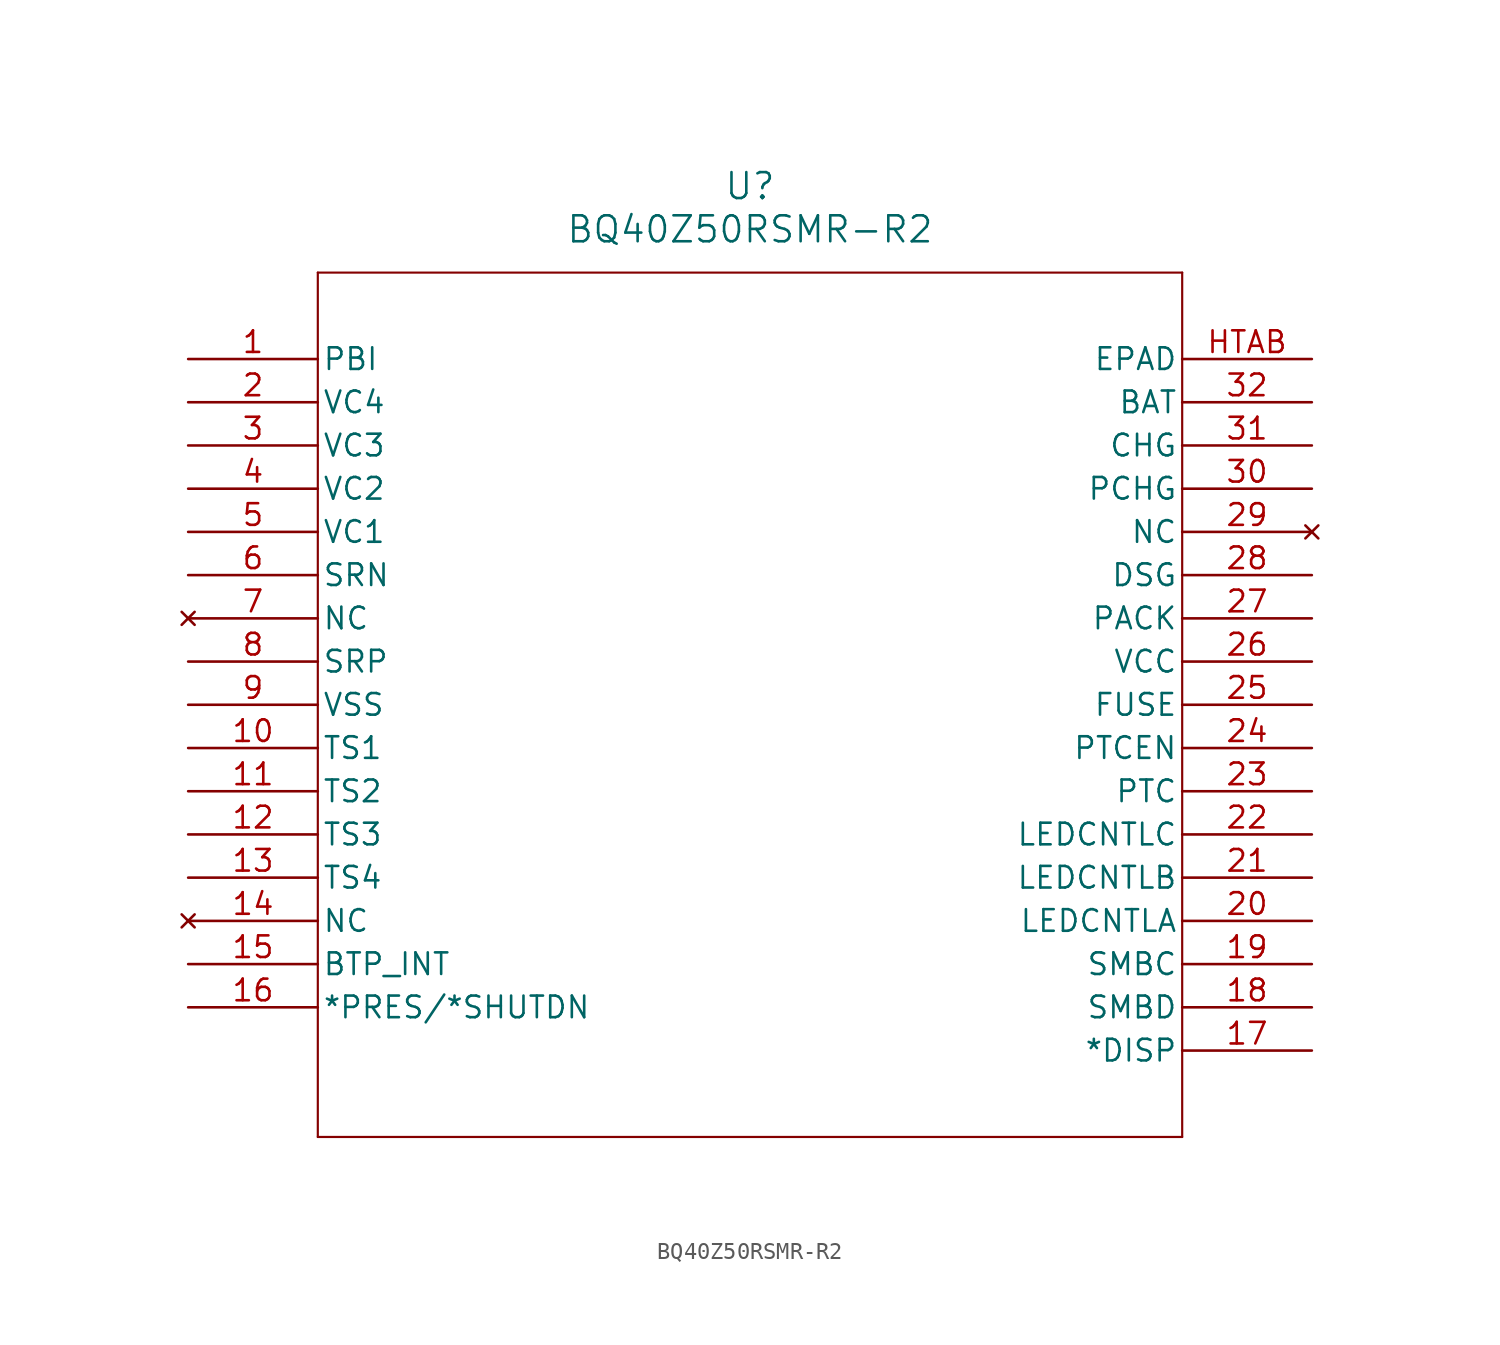
<source format=kicad_sym>
(kicad_symbol_lib
  (version 20211014)
  (generator kicad_symbol_editor)
  (symbol "BQ40Z50RSMR-R2"
    (pin_names
      (offset 0.254))
    (property "Reference" "U"
      (at 33.02 10.16 0)
      (effects (font (size 1.524 1.524))))
    (property "Value" "BQ40Z50RSMR-R2"
      (at 33.02 7.62 0)
      (effects (font (size 1.524 1.524))))
    (symbol "BQ40Z50RSMR-R2_0_1"
      (polyline (pts (xy 7.62 5.08) (xy 7.62 -45.72)) (stroke (width 0.127) (type default) (color 0 0 0 0)) (fill (type none)))
      (polyline (pts (xy 7.62 -45.72) (xy 58.42 -45.72)) (stroke (width 0.127) (type default) (color 0 0 0 0)) (fill (type none)))
      (polyline (pts (xy 58.42 -45.72) (xy 58.42 5.08)) (stroke (width 0.127) (type default) (color 0 0 0 0)) (fill (type none)))
      (polyline (pts (xy 58.42 5.08) (xy 7.62 5.08)) (stroke (width 0.127) (type default) (color 0 0 0 0)) (fill (type none)))
      (pin power_in line (at 0 0 0) (length 7.62) (name "PBI" (effects (font (size 1.27 1.27)))) (number "1" (effects (font (size 1.27 1.27)))))
      (pin input line (at 0 -2.54 0) (length 7.62) (name "VC4" (effects (font (size 1.27 1.27)))) (number "2" (effects (font (size 1.27 1.27)))))
      (pin input line (at 0 -5.08 0) (length 7.62) (name "VC3" (effects (font (size 1.27 1.27)))) (number "3" (effects (font (size 1.27 1.27)))))
      (pin input line (at 0 -7.62 0) (length 7.62) (name "VC2" (effects (font (size 1.27 1.27)))) (number "4" (effects (font (size 1.27 1.27)))))
      (pin input line (at 0 -10.16 0) (length 7.62) (name "VC1" (effects (font (size 1.27 1.27)))) (number "5" (effects (font (size 1.27 1.27)))))
      (pin input line (at 0 -12.7 0) (length 7.62) (name "SRN" (effects (font (size 1.27 1.27)))) (number "6" (effects (font (size 1.27 1.27)))))
      (pin no_connect line (at 0 -15.24 0) (length 7.62) (name "NC" (effects (font (size 1.27 1.27)))) (number "7" (effects (font (size 1.27 1.27)))))
      (pin input line (at 0 -17.78 0) (length 7.62) (name "SRP" (effects (font (size 1.27 1.27)))) (number "8" (effects (font (size 1.27 1.27)))))
      (pin power_in line (at 0 -20.32 0) (length 7.62) (name "VSS" (effects (font (size 1.27 1.27)))) (number "9" (effects (font (size 1.27 1.27)))))
      (pin input line (at 0 -22.86 0) (length 7.62) (name "TS1" (effects (font (size 1.27 1.27)))) (number "10" (effects (font (size 1.27 1.27)))))
      (pin input line (at 0 -25.4 0) (length 7.62) (name "TS2" (effects (font (size 1.27 1.27)))) (number "11" (effects (font (size 1.27 1.27)))))
      (pin input line (at 0 -27.94 0) (length 7.62) (name "TS3" (effects (font (size 1.27 1.27)))) (number "12" (effects (font (size 1.27 1.27)))))
      (pin input line (at 0 -30.48 0) (length 7.62) (name "TS4" (effects (font (size 1.27 1.27)))) (number "13" (effects (font (size 1.27 1.27)))))
      (pin no_connect line (at 0 -33.02 0) (length 7.62) (name "NC" (effects (font (size 1.27 1.27)))) (number "14" (effects (font (size 1.27 1.27)))))
      (pin output line (at 0 -35.56 0) (length 7.62) (name "BTP_INT" (effects (font (size 1.27 1.27)))) (number "15" (effects (font (size 1.27 1.27)))))
      (pin input line (at 0 -38.1 0) (length 7.62) (name "*PRES/*SHUTDN" (effects (font (size 1.27 1.27)))) (number "16" (effects (font (size 1.27 1.27)))))
      (pin unspecified line (at 66.04 -40.64 180) (length 7.62) (name "*DISP" (effects (font (size 1.27 1.27)))) (number "17" (effects (font (size 1.27 1.27)))))
      (pin bidirectional line (at 66.04 -38.1 180) (length 7.62) (name "SMBD" (effects (font (size 1.27 1.27)))) (number "18" (effects (font (size 1.27 1.27)))))
      (pin bidirectional line (at 66.04 -35.56 180) (length 7.62) (name "SMBC" (effects (font (size 1.27 1.27)))) (number "19" (effects (font (size 1.27 1.27)))))
      (pin unspecified line (at 66.04 -33.02 180) (length 7.62) (name "LEDCNTLA" (effects (font (size 1.27 1.27)))) (number "20" (effects (font (size 1.27 1.27)))))
      (pin unspecified line (at 66.04 -30.48 180) (length 7.62) (name "LEDCNTLB" (effects (font (size 1.27 1.27)))) (number "21" (effects (font (size 1.27 1.27)))))
      (pin unspecified line (at 66.04 -27.94 180) (length 7.62) (name "LEDCNTLC" (effects (font (size 1.27 1.27)))) (number "22" (effects (font (size 1.27 1.27)))))
      (pin input line (at 66.04 -25.4 180) (length 7.62) (name "PTC" (effects (font (size 1.27 1.27)))) (number "23" (effects (font (size 1.27 1.27)))))
      (pin input line (at 66.04 -22.86 180) (length 7.62) (name "PTCEN" (effects (font (size 1.27 1.27)))) (number "24" (effects (font (size 1.27 1.27)))))
      (pin output line (at 66.04 -20.32 180) (length 7.62) (name "FUSE" (effects (font (size 1.27 1.27)))) (number "25" (effects (font (size 1.27 1.27)))))
      (pin power_in line (at 66.04 -17.78 180) (length 7.62) (name "VCC" (effects (font (size 1.27 1.27)))) (number "26" (effects (font (size 1.27 1.27)))))
      (pin input line (at 66.04 -15.24 180) (length 7.62) (name "PACK" (effects (font (size 1.27 1.27)))) (number "27" (effects (font (size 1.27 1.27)))))
      (pin output line (at 66.04 -12.7 180) (length 7.62) (name "DSG" (effects (font (size 1.27 1.27)))) (number "28" (effects (font (size 1.27 1.27)))))
      (pin no_connect line (at 66.04 -10.16 180) (length 7.62) (name "NC" (effects (font (size 1.27 1.27)))) (number "29" (effects (font (size 1.27 1.27)))))
      (pin output line (at 66.04 -7.62 180) (length 7.62) (name "PCHG" (effects (font (size 1.27 1.27)))) (number "30" (effects (font (size 1.27 1.27)))))
      (pin output line (at 66.04 -5.08 180) (length 7.62) (name "CHG" (effects (font (size 1.27 1.27)))) (number "31" (effects (font (size 1.27 1.27)))))
      (pin power_in line (at 66.04 -2.54 180) (length 7.62) (name "BAT" (effects (font (size 1.27 1.27)))) (number "32" (effects (font (size 1.27 1.27)))))
      (pin unspecified line (at 66.04 0 180) (length 7.62) (name "EPAD" (effects (font (size 1.27 1.27)))) (number "HTAB" (effects (font (size 1.27 1.27))))))))
</source>
